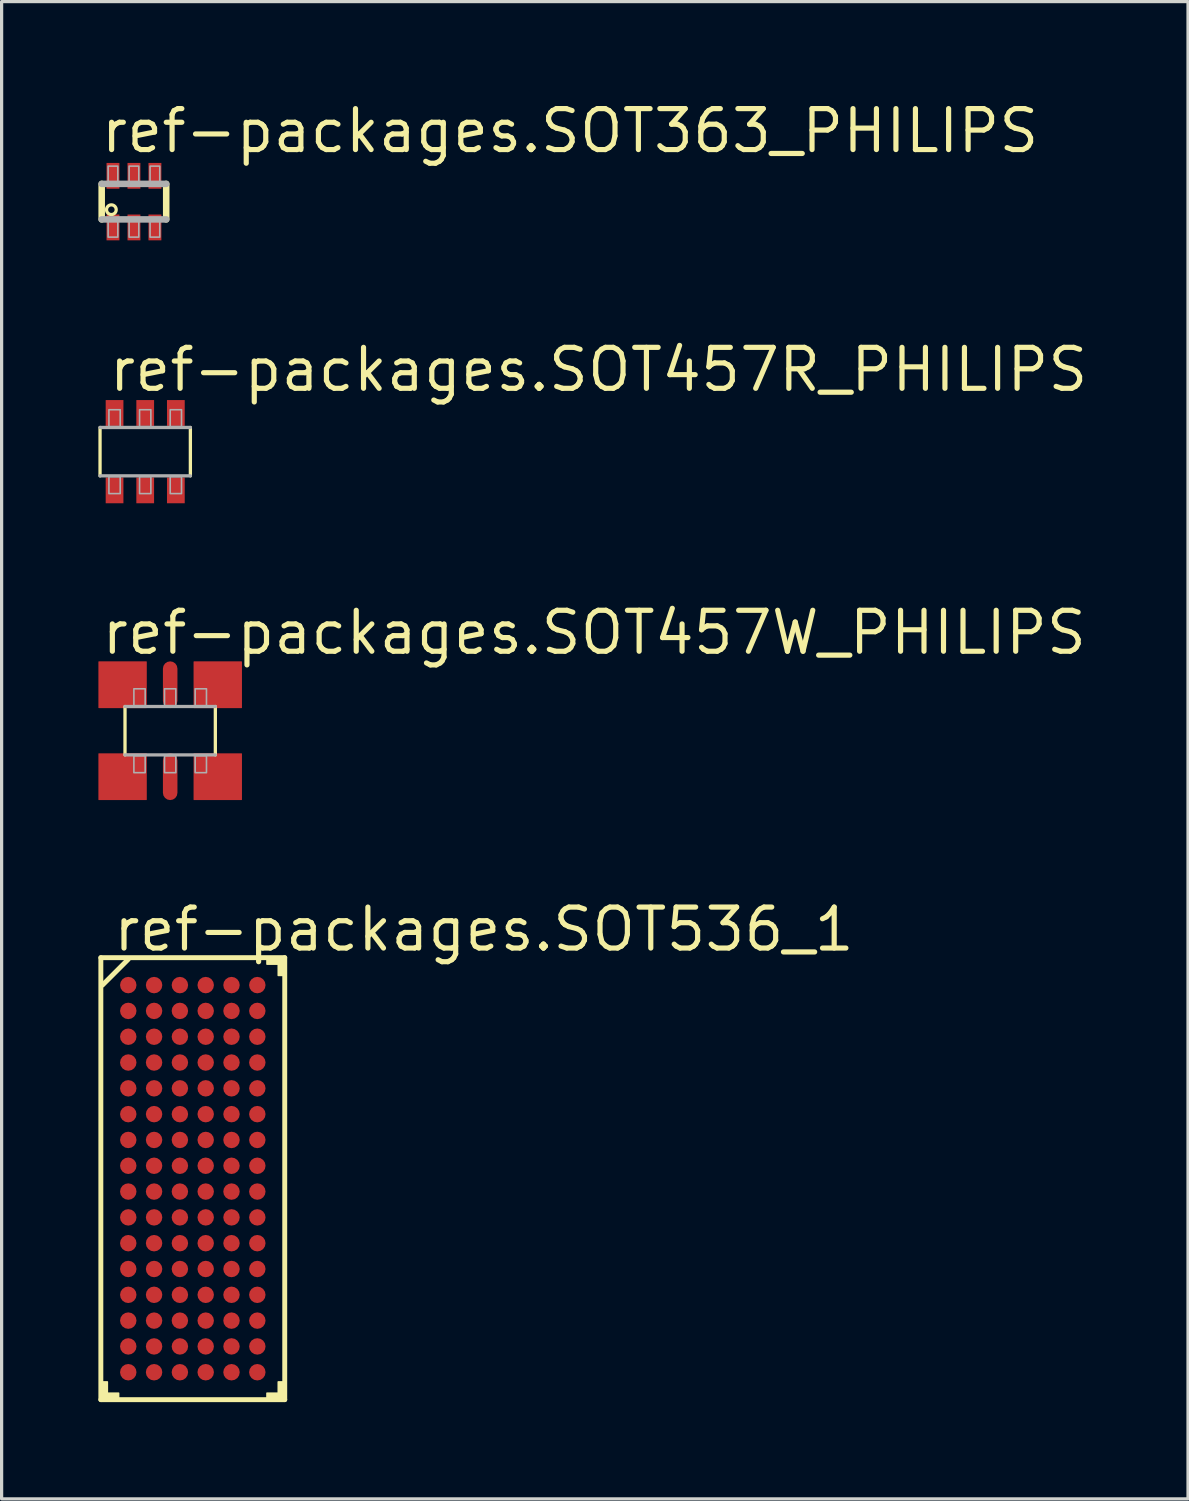
<source format=kicad_pcb>
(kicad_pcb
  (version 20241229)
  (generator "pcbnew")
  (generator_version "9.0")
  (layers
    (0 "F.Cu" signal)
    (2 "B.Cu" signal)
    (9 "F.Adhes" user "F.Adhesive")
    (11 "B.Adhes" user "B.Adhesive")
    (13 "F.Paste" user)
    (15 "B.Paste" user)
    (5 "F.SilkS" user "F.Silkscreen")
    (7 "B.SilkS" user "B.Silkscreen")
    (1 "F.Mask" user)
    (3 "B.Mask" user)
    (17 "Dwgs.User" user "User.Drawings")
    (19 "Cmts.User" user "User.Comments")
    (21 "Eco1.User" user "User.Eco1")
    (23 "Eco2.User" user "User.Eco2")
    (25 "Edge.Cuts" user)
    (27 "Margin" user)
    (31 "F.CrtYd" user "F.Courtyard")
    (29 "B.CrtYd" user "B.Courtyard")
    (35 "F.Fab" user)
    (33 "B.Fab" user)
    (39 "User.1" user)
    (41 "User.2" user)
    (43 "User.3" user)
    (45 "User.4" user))
  (footprint "ref-packages.SOT536_1"
    (layer "F.Cu")
    (at 2.926 33.485)
    (property "Reference" "ref-packages.SOT536_1" (at -2.54 -6.985 0) (layer "F.SilkS") (effects (font (size 1.27 1.27) (thickness 0.16)) (justify left bottom)))
    (attr smd)
    (fp_line (start -2.85 -6.85) (end 2.85 -6.85) (stroke (width 0.152) (type default)) (layer "F.SilkS"))
    (fp_line (start -2.85 6.85) (end -2.85 -6.85) (stroke (width 0.152) (type default)) (layer "F.SilkS"))
    (fp_line (start -2 -6.8) (end -2.8 -6) (stroke (width 0.152) (type default)) (layer "F.SilkS"))
    (fp_line (start 2.85 -6.85) (end 2.85 6.85) (stroke (width 0.152) (type default)) (layer "F.SilkS"))
    (fp_line (start 2.85 6.85) (end -2.85 6.85) (stroke (width 0.152) (type default)) (layer "F.SilkS"))
    (fp_rect (start -2.8 6.8) (end -2.65 6.3) (stroke (width 0.05) (type default)) (fill yes) (layer "F.SilkS"))
    (fp_rect (start -2.8 6.8) (end -2.3 6.65) (stroke (width 0.05) (type default)) (fill yes) (layer "F.SilkS"))
    (fp_rect (start 2.3 -6.65) (end 2.8 -6.8) (stroke (width 0.05) (type default)) (fill yes) (layer "F.SilkS"))
    (fp_rect (start 2.3 6.8) (end 2.8 6.65) (stroke (width 0.05) (type default)) (fill yes) (layer "F.SilkS"))
    (fp_rect (start 2.65 -6.3) (end 2.8 -6.8) (stroke (width 0.05) (type default)) (fill yes) (layer "F.SilkS"))
    (fp_rect (start 2.65 6.8) (end 2.8 6.3) (stroke (width 0.05) (type default)) (fill yes) (layer "F.SilkS"))
    (pad "A1" smd roundrect (at -2 -6) (size 0.51 0.51) (layers "F.Cu" "F.Mask" "F.Paste") (roundrect_rratio 0.5))
    (pad "A2" smd roundrect (at -1.2 -6) (size 0.51 0.51) (layers "F.Cu" "F.Mask" "F.Paste") (roundrect_rratio 0.5))
    (pad "A3" smd roundrect (at -0.4 -6) (size 0.51 0.51) (layers "F.Cu" "F.Mask" "F.Paste") (roundrect_rratio 0.5))
    (pad "A4" smd roundrect (at 0.4 -6) (size 0.51 0.51) (layers "F.Cu" "F.Mask" "F.Paste") (roundrect_rratio 0.5))
    (pad "A5" smd roundrect (at 1.2 -6) (size 0.51 0.51) (layers "F.Cu" "F.Mask" "F.Paste") (roundrect_rratio 0.5))
    (pad "A6" smd roundrect (at 2 -6) (size 0.51 0.51) (layers "F.Cu" "F.Mask" "F.Paste") (roundrect_rratio 0.5))
    (pad "B1" smd roundrect (at -2 -5.2) (size 0.51 0.51) (layers "F.Cu" "F.Mask" "F.Paste") (roundrect_rratio 0.5))
    (pad "B2" smd roundrect (at -1.2 -5.2) (size 0.51 0.51) (layers "F.Cu" "F.Mask" "F.Paste") (roundrect_rratio 0.5))
    (pad "B3" smd roundrect (at -0.4 -5.2) (size 0.51 0.51) (layers "F.Cu" "F.Mask" "F.Paste") (roundrect_rratio 0.5))
    (pad "B4" smd roundrect (at 0.4 -5.2) (size 0.51 0.51) (layers "F.Cu" "F.Mask" "F.Paste") (roundrect_rratio 0.5))
    (pad "B5" smd roundrect (at 1.2 -5.2) (size 0.51 0.51) (layers "F.Cu" "F.Mask" "F.Paste") (roundrect_rratio 0.5))
    (pad "B6" smd roundrect (at 2 -5.2) (size 0.51 0.51) (layers "F.Cu" "F.Mask" "F.Paste") (roundrect_rratio 0.5))
    (pad "C1" smd roundrect (at -2 -4.4) (size 0.51 0.51) (layers "F.Cu" "F.Mask" "F.Paste") (roundrect_rratio 0.5))
    (pad "C2" smd roundrect (at -1.2 -4.4) (size 0.51 0.51) (layers "F.Cu" "F.Mask" "F.Paste") (roundrect_rratio 0.5))
    (pad "C3" smd roundrect (at -0.4 -4.4) (size 0.51 0.51) (layers "F.Cu" "F.Mask" "F.Paste") (roundrect_rratio 0.5))
    (pad "C4" smd roundrect (at 0.4 -4.4) (size 0.51 0.51) (layers "F.Cu" "F.Mask" "F.Paste") (roundrect_rratio 0.5))
    (pad "C5" smd roundrect (at 1.2 -4.4) (size 0.51 0.51) (layers "F.Cu" "F.Mask" "F.Paste") (roundrect_rratio 0.5))
    (pad "C6" smd roundrect (at 2 -4.4) (size 0.51 0.51) (layers "F.Cu" "F.Mask" "F.Paste") (roundrect_rratio 0.5))
    (pad "D1" smd roundrect (at -2 -3.6) (size 0.51 0.51) (layers "F.Cu" "F.Mask" "F.Paste") (roundrect_rratio 0.5))
    (pad "D2" smd roundrect (at -1.2 -3.6) (size 0.51 0.51) (layers "F.Cu" "F.Mask" "F.Paste") (roundrect_rratio 0.5))
    (pad "D3" smd roundrect (at -0.4 -3.6) (size 0.51 0.51) (layers "F.Cu" "F.Mask" "F.Paste") (roundrect_rratio 0.5))
    (pad "D4" smd roundrect (at 0.4 -3.6) (size 0.51 0.51) (layers "F.Cu" "F.Mask" "F.Paste") (roundrect_rratio 0.5))
    (pad "D5" smd roundrect (at 1.2 -3.6) (size 0.51 0.51) (layers "F.Cu" "F.Mask" "F.Paste") (roundrect_rratio 0.5))
    (pad "D6" smd roundrect (at 2 -3.6) (size 0.51 0.51) (layers "F.Cu" "F.Mask" "F.Paste") (roundrect_rratio 0.5))
    (pad "E1" smd roundrect (at -2 -2.8) (size 0.51 0.51) (layers "F.Cu" "F.Mask" "F.Paste") (roundrect_rratio 0.5))
    (pad "E2" smd roundrect (at -1.2 -2.8) (size 0.51 0.51) (layers "F.Cu" "F.Mask" "F.Paste") (roundrect_rratio 0.5))
    (pad "E3" smd roundrect (at -0.4 -2.8) (size 0.51 0.51) (layers "F.Cu" "F.Mask" "F.Paste") (roundrect_rratio 0.5))
    (pad "E4" smd roundrect (at 0.4 -2.8) (size 0.51 0.51) (layers "F.Cu" "F.Mask" "F.Paste") (roundrect_rratio 0.5))
    (pad "E5" smd roundrect (at 1.2 -2.8) (size 0.51 0.51) (layers "F.Cu" "F.Mask" "F.Paste") (roundrect_rratio 0.5))
    (pad "E6" smd roundrect (at 2 -2.8) (size 0.51 0.51) (layers "F.Cu" "F.Mask" "F.Paste") (roundrect_rratio 0.5))
    (pad "F1" smd roundrect (at -2 -2) (size 0.51 0.51) (layers "F.Cu" "F.Mask" "F.Paste") (roundrect_rratio 0.5))
    (pad "F2" smd roundrect (at -1.2 -2) (size 0.51 0.51) (layers "F.Cu" "F.Mask" "F.Paste") (roundrect_rratio 0.5))
    (pad "F3" smd roundrect (at -0.4 -2) (size 0.51 0.51) (layers "F.Cu" "F.Mask" "F.Paste") (roundrect_rratio 0.5))
    (pad "F4" smd roundrect (at 0.4 -2) (size 0.51 0.51) (layers "F.Cu" "F.Mask" "F.Paste") (roundrect_rratio 0.5))
    (pad "F5" smd roundrect (at 1.2 -2) (size 0.51 0.51) (layers "F.Cu" "F.Mask" "F.Paste") (roundrect_rratio 0.5))
    (pad "F6" smd roundrect (at 2 -2) (size 0.51 0.51) (layers "F.Cu" "F.Mask" "F.Paste") (roundrect_rratio 0.5))
    (pad "G1" smd roundrect (at -2 -1.2) (size 0.51 0.51) (layers "F.Cu" "F.Mask" "F.Paste") (roundrect_rratio 0.5))
    (pad "G2" smd roundrect (at -1.2 -1.2) (size 0.51 0.51) (layers "F.Cu" "F.Mask" "F.Paste") (roundrect_rratio 0.5))
    (pad "G3" smd roundrect (at -0.4 -1.2) (size 0.51 0.51) (layers "F.Cu" "F.Mask" "F.Paste") (roundrect_rratio 0.5))
    (pad "G4" smd roundrect (at 0.4 -1.2) (size 0.51 0.51) (layers "F.Cu" "F.Mask" "F.Paste") (roundrect_rratio 0.5))
    (pad "G5" smd roundrect (at 1.2 -1.2) (size 0.51 0.51) (layers "F.Cu" "F.Mask" "F.Paste") (roundrect_rratio 0.5))
    (pad "G6" smd roundrect (at 2 -1.2) (size 0.51 0.51) (layers "F.Cu" "F.Mask" "F.Paste") (roundrect_rratio 0.5))
    (pad "H1" smd roundrect (at -2 -0.4) (size 0.51 0.51) (layers "F.Cu" "F.Mask" "F.Paste") (roundrect_rratio 0.5))
    (pad "H2" smd roundrect (at -1.2 -0.4) (size 0.51 0.51) (layers "F.Cu" "F.Mask" "F.Paste") (roundrect_rratio 0.5))
    (pad "H3" smd roundrect (at -0.4 -0.4) (size 0.51 0.51) (layers "F.Cu" "F.Mask" "F.Paste") (roundrect_rratio 0.5))
    (pad "H4" smd roundrect (at 0.4 -0.4) (size 0.51 0.51) (layers "F.Cu" "F.Mask" "F.Paste") (roundrect_rratio 0.5))
    (pad "H5" smd roundrect (at 1.2 -0.4) (size 0.51 0.51) (layers "F.Cu" "F.Mask" "F.Paste") (roundrect_rratio 0.5))
    (pad "H6" smd roundrect (at 2 -0.4) (size 0.51 0.51) (layers "F.Cu" "F.Mask" "F.Paste") (roundrect_rratio 0.5))
    (pad "J1" smd roundrect (at -2 0.4) (size 0.51 0.51) (layers "F.Cu" "F.Mask" "F.Paste") (roundrect_rratio 0.5))
    (pad "J2" smd roundrect (at -1.2 0.4) (size 0.51 0.51) (layers "F.Cu" "F.Mask" "F.Paste") (roundrect_rratio 0.5))
    (pad "J3" smd roundrect (at -0.4 0.4) (size 0.51 0.51) (layers "F.Cu" "F.Mask" "F.Paste") (roundrect_rratio 0.5))
    (pad "J4" smd roundrect (at 0.4 0.4) (size 0.51 0.51) (layers "F.Cu" "F.Mask" "F.Paste") (roundrect_rratio 0.5))
    (pad "J5" smd roundrect (at 1.2 0.4) (size 0.51 0.51) (layers "F.Cu" "F.Mask" "F.Paste") (roundrect_rratio 0.5))
    (pad "J6" smd roundrect (at 2 0.4) (size 0.51 0.51) (layers "F.Cu" "F.Mask" "F.Paste") (roundrect_rratio 0.5))
    (pad "K1" smd roundrect (at -2 1.2) (size 0.51 0.51) (layers "F.Cu" "F.Mask" "F.Paste") (roundrect_rratio 0.5))
    (pad "K2" smd roundrect (at -1.2 1.2) (size 0.51 0.51) (layers "F.Cu" "F.Mask" "F.Paste") (roundrect_rratio 0.5))
    (pad "K3" smd roundrect (at -0.4 1.2) (size 0.51 0.51) (layers "F.Cu" "F.Mask" "F.Paste") (roundrect_rratio 0.5))
    (pad "K4" smd roundrect (at 0.4 1.2) (size 0.51 0.51) (layers "F.Cu" "F.Mask" "F.Paste") (roundrect_rratio 0.5))
    (pad "K5" smd roundrect (at 1.2 1.2) (size 0.51 0.51) (layers "F.Cu" "F.Mask" "F.Paste") (roundrect_rratio 0.5))
    (pad "K6" smd roundrect (at 2 1.2) (size 0.51 0.51) (layers "F.Cu" "F.Mask" "F.Paste") (roundrect_rratio 0.5))
    (pad "L1" smd roundrect (at -2 2) (size 0.51 0.51) (layers "F.Cu" "F.Mask" "F.Paste") (roundrect_rratio 0.5))
    (pad "L2" smd roundrect (at -1.2 2) (size 0.51 0.51) (layers "F.Cu" "F.Mask" "F.Paste") (roundrect_rratio 0.5))
    (pad "L3" smd roundrect (at -0.4 2) (size 0.51 0.51) (layers "F.Cu" "F.Mask" "F.Paste") (roundrect_rratio 0.5))
    (pad "L4" smd roundrect (at 0.4 2) (size 0.51 0.51) (layers "F.Cu" "F.Mask" "F.Paste") (roundrect_rratio 0.5))
    (pad "L5" smd roundrect (at 1.2 2) (size 0.51 0.51) (layers "F.Cu" "F.Mask" "F.Paste") (roundrect_rratio 0.5))
    (pad "L6" smd roundrect (at 2 2) (size 0.51 0.51) (layers "F.Cu" "F.Mask" "F.Paste") (roundrect_rratio 0.5))
    (pad "M1" smd roundrect (at -2 2.8) (size 0.51 0.51) (layers "F.Cu" "F.Mask" "F.Paste") (roundrect_rratio 0.5))
    (pad "M2" smd roundrect (at -1.2 2.8) (size 0.51 0.51) (layers "F.Cu" "F.Mask" "F.Paste") (roundrect_rratio 0.5))
    (pad "M3" smd roundrect (at -0.4 2.8) (size 0.51 0.51) (layers "F.Cu" "F.Mask" "F.Paste") (roundrect_rratio 0.5))
    (pad "M4" smd roundrect (at 0.4 2.8) (size 0.51 0.51) (layers "F.Cu" "F.Mask" "F.Paste") (roundrect_rratio 0.5))
    (pad "M5" smd roundrect (at 1.2 2.8) (size 0.51 0.51) (layers "F.Cu" "F.Mask" "F.Paste") (roundrect_rratio 0.5))
    (pad "M6" smd roundrect (at 2 2.8) (size 0.51 0.51) (layers "F.Cu" "F.Mask" "F.Paste") (roundrect_rratio 0.5))
    (pad "N1" smd roundrect (at -2 3.6) (size 0.51 0.51) (layers "F.Cu" "F.Mask" "F.Paste") (roundrect_rratio 0.5))
    (pad "N2" smd roundrect (at -1.2 3.6) (size 0.51 0.51) (layers "F.Cu" "F.Mask" "F.Paste") (roundrect_rratio 0.5))
    (pad "N3" smd roundrect (at -0.4 3.6) (size 0.51 0.51) (layers "F.Cu" "F.Mask" "F.Paste") (roundrect_rratio 0.5))
    (pad "N4" smd roundrect (at 0.4 3.6) (size 0.51 0.51) (layers "F.Cu" "F.Mask" "F.Paste") (roundrect_rratio 0.5))
    (pad "N5" smd roundrect (at 1.2 3.6) (size 0.51 0.51) (layers "F.Cu" "F.Mask" "F.Paste") (roundrect_rratio 0.5))
    (pad "N6" smd roundrect (at 2 3.6) (size 0.51 0.51) (layers "F.Cu" "F.Mask" "F.Paste") (roundrect_rratio 0.5))
    (pad "P1" smd roundrect (at -2 4.4) (size 0.51 0.51) (layers "F.Cu" "F.Mask" "F.Paste") (roundrect_rratio 0.5))
    (pad "P2" smd roundrect (at -1.2 4.4) (size 0.51 0.51) (layers "F.Cu" "F.Mask" "F.Paste") (roundrect_rratio 0.5))
    (pad "P3" smd roundrect (at -0.4 4.4) (size 0.51 0.51) (layers "F.Cu" "F.Mask" "F.Paste") (roundrect_rratio 0.5))
    (pad "P4" smd roundrect (at 0.4 4.4) (size 0.51 0.51) (layers "F.Cu" "F.Mask" "F.Paste") (roundrect_rratio 0.5))
    (pad "P5" smd roundrect (at 1.2 4.4) (size 0.51 0.51) (layers "F.Cu" "F.Mask" "F.Paste") (roundrect_rratio 0.5))
    (pad "P6" smd roundrect (at 2 4.4) (size 0.51 0.51) (layers "F.Cu" "F.Mask" "F.Paste") (roundrect_rratio 0.5))
    (pad "R1" smd roundrect (at -2 5.2) (size 0.51 0.51) (layers "F.Cu" "F.Mask" "F.Paste") (roundrect_rratio 0.5))
    (pad "R2" smd roundrect (at -1.2 5.2) (size 0.51 0.51) (layers "F.Cu" "F.Mask" "F.Paste") (roundrect_rratio 0.5))
    (pad "R3" smd roundrect (at -0.4 5.2) (size 0.51 0.51) (layers "F.Cu" "F.Mask" "F.Paste") (roundrect_rratio 0.5))
    (pad "R4" smd roundrect (at 0.4 5.2) (size 0.51 0.51) (layers "F.Cu" "F.Mask" "F.Paste") (roundrect_rratio 0.5))
    (pad "R5" smd roundrect (at 1.2 5.2) (size 0.51 0.51) (layers "F.Cu" "F.Mask" "F.Paste") (roundrect_rratio 0.5))
    (pad "R6" smd roundrect (at 2 5.2) (size 0.51 0.51) (layers "F.Cu" "F.Mask" "F.Paste") (roundrect_rratio 0.5))
    (pad "T1" smd roundrect (at -2 6) (size 0.51 0.51) (layers "F.Cu" "F.Mask" "F.Paste") (roundrect_rratio 0.5))
    (pad "T2" smd roundrect (at -1.2 6) (size 0.51 0.51) (layers "F.Cu" "F.Mask" "F.Paste") (roundrect_rratio 0.5))
    (pad "T3" smd roundrect (at -0.4 6) (size 0.51 0.51) (layers "F.Cu" "F.Mask" "F.Paste") (roundrect_rratio 0.5))
    (pad "T4" smd roundrect (at 0.4 6) (size 0.51 0.51) (layers "F.Cu" "F.Mask" "F.Paste") (roundrect_rratio 0.5))
    (pad "T5" smd roundrect (at 1.2 6) (size 0.51 0.51) (layers "F.Cu" "F.Mask" "F.Paste") (roundrect_rratio 0.5))
    (pad "T6" smd roundrect (at 2 6) (size 0.51 0.51) (layers "F.Cu" "F.Mask" "F.Paste") (roundrect_rratio 0.5)))
  (footprint "ref-packages.SOT457R_PHILIPS"
    (layer "F.Cu")
    (at 1.451 10.95)
    (property "Reference" "ref-packages.SOT457R_PHILIPS" (at -1.2 -1.8 0) (layer "F.SilkS") (effects (font (size 1.27 1.27) (thickness 0.16)) (justify left bottom)))
    (attr smd)
    (fp_line (start -1.4 0.75) (end -1.4 -0.75) (stroke (width 0.102) (type default)) (layer "F.SilkS"))
    (fp_line (start 1.4 -0.75) (end 1.4 0.75) (stroke (width 0.102) (type default)) (layer "F.SilkS"))
    (fp_line (start -1.4 -0.75) (end 1.4 -0.75) (stroke (width 0.102) (type default)) (layer "F.Fab"))
    (fp_line (start 1.4 0.75) (end -1.4 0.75) (stroke (width 0.102) (type default)) (layer "F.Fab"))
    (fp_rect (start -1.125 -0.775) (end -0.775 -1.3) (stroke (width 0.05) (type default)) (fill no) (layer "F.Fab"))
    (fp_rect (start -1.125 1.3) (end -0.775 0.775) (stroke (width 0.05) (type default)) (fill no) (layer "F.Fab"))
    (fp_rect (start -0.175 -0.775) (end 0.175 -1.3) (stroke (width 0.05) (type default)) (fill no) (layer "F.Fab"))
    (fp_rect (start -0.175 1.3) (end 0.175 0.775) (stroke (width 0.05) (type default)) (fill no) (layer "F.Fab"))
    (fp_rect (start 0.775 -0.775) (end 1.125 -1.3) (stroke (width 0.05) (type default)) (fill no) (layer "F.Fab"))
    (fp_rect (start 0.775 1.3) (end 1.125 0.775) (stroke (width 0.05) (type default)) (fill no) (layer "F.Fab"))
    (pad "1" smd roundrect (at -0.95 1.2) (size 0.55 0.8) (layers "F.Cu" "F.Mask" "F.Paste") (roundrect_rratio 0.01))
    (pad "2" smd roundrect (at 0 1.2) (size 0.55 0.8) (layers "F.Cu" "F.Mask" "F.Paste") (roundrect_rratio 0.01))
    (pad "3" smd roundrect (at 0.95 1.2) (size 0.55 0.8) (layers "F.Cu" "F.Mask" "F.Paste") (roundrect_rratio 0.01))
    (pad "4" smd roundrect (at 0.95 -1.2) (size 0.55 0.8) (layers "F.Cu" "F.Mask" "F.Paste") (roundrect_rratio 0.01))
    (pad "5" smd roundrect (at 0 -1.2) (size 0.55 0.8) (layers "F.Cu" "F.Mask" "F.Paste") (roundrect_rratio 0.01))
    (pad "6" smd roundrect (at -0.95 -1.2) (size 0.55 0.8) (layers "F.Cu" "F.Mask" "F.Paste") (roundrect_rratio 0.01)))
  (footprint "ref-packages.SOT363_PHILIPS"
    (layer "F.Cu")
    (at 1.102 3.2)
    (property "Reference" "ref-packages.SOT363_PHILIPS" (at -1.1 -1.45 0) (layer "F.SilkS") (effects (font (size 1.27 1.27) (thickness 0.16)) (justify left bottom)))
    (attr smd)
    (fp_line (start -1 0.55) (end -1 -0.55) (stroke (width 0.203) (type default)) (layer "F.SilkS"))
    (fp_line (start 1 -0.55) (end 1 0.55) (stroke (width 0.203) (type default)) (layer "F.SilkS"))
    (fp_circle (center -0.7 0.25) (end -0.55 0.25) (stroke (width 0.1) (type default)) (fill no) (layer "F.SilkS"))
    (fp_line (start -1 -0.55) (end 1 -0.55) (stroke (width 0.203) (type default)) (layer "F.Fab"))
    (fp_line (start 1 0.55) (end -1 0.55) (stroke (width 0.203) (type default)) (layer "F.Fab"))
    (fp_rect (start -0.8 -0.6) (end -0.5 -1.1) (stroke (width 0.05) (type default)) (fill no) (layer "F.Fab"))
    (fp_rect (start -0.8 1.1) (end -0.5 0.6) (stroke (width 0.05) (type default)) (fill no) (layer "F.Fab"))
    (fp_rect (start -0.15 -0.6) (end 0.15 -1.1) (stroke (width 0.05) (type default)) (fill no) (layer "F.Fab"))
    (fp_rect (start -0.15 1.1) (end 0.15 0.6) (stroke (width 0.05) (type default)) (fill no) (layer "F.Fab"))
    (fp_rect (start 0.5 -0.6) (end 0.8 -1.1) (stroke (width 0.05) (type default)) (fill no) (layer "F.Fab"))
    (fp_rect (start 0.5 1.1) (end 0.8 0.6) (stroke (width 0.05) (type default)) (fill no) (layer "F.Fab"))
    (pad "1" smd roundrect (at -0.65 0.8) (size 0.4 0.8) (layers "F.Cu" "F.Mask" "F.Paste") (roundrect_rratio 0.01))
    (pad "2" smd roundrect (at 0 0.8) (size 0.4 0.8) (layers "F.Cu" "F.Mask" "F.Paste") (roundrect_rratio 0.01))
    (pad "3" smd roundrect (at 0.65 0.8) (size 0.4 0.8) (layers "F.Cu" "F.Mask" "F.Paste") (roundrect_rratio 0.01))
    (pad "4" smd roundrect (at 0.65 -0.8) (size 0.4 0.8) (layers "F.Cu" "F.Mask" "F.Paste") (roundrect_rratio 0.01))
    (pad "5" smd roundrect (at 0 -0.8) (size 0.4 0.8) (layers "F.Cu" "F.Mask" "F.Paste") (roundrect_rratio 0.01))
    (pad "6" smd roundrect (at -0.65 -0.8) (size 0.4 0.8) (layers "F.Cu" "F.Mask" "F.Paste") (roundrect_rratio 0.01)))
  (footprint "ref-packages.SOT457W_PHILIPS"
    (layer "F.Cu")
    (at 2.225 19.6)
    (property "Reference" "ref-packages.SOT457W_PHILIPS" (at -2.2 -2.3 0) (layer "F.SilkS") (effects (font (size 1.27 1.27) (thickness 0.16)) (justify left bottom)))
    (attr smd)
    (fp_line (start -1.4 0.75) (end -1.4 -0.75) (stroke (width 0.102) (type default)) (layer "F.SilkS"))
    (fp_line (start 1.4 -0.75) (end 1.4 0.75) (stroke (width 0.102) (type default)) (layer "F.SilkS"))
    (fp_line (start -1.4 -0.75) (end 1.4 -0.75) (stroke (width 0.102) (type default)) (layer "F.Fab"))
    (fp_line (start 1.4 0.75) (end -1.4 0.75) (stroke (width 0.102) (type default)) (layer "F.Fab"))
    (fp_rect (start -1.125 -0.775) (end -0.775 -1.3) (stroke (width 0.05) (type default)) (fill no) (layer "F.Fab"))
    (fp_rect (start -1.125 1.3) (end -0.775 0.775) (stroke (width 0.05) (type default)) (fill no) (layer "F.Fab"))
    (fp_rect (start -0.175 -0.775) (end 0.175 -1.3) (stroke (width 0.05) (type default)) (fill no) (layer "F.Fab"))
    (fp_rect (start -0.175 1.3) (end 0.175 0.775) (stroke (width 0.05) (type default)) (fill no) (layer "F.Fab"))
    (fp_rect (start 0.775 -0.775) (end 1.125 -1.3) (stroke (width 0.05) (type default)) (fill no) (layer "F.Fab"))
    (fp_rect (start 0.775 1.3) (end 1.125 0.775) (stroke (width 0.05) (type default)) (fill no) (layer "F.Fab"))
    (pad "1" smd roundrect (at -1.475 1.425) (size 1.5 1.45) (layers "F.Cu" "F.Mask" "F.Paste") (roundrect_rratio 0.01))
    (pad "2" smd roundrect (at 0 1.425) (size 0.45 1.45) (layers "F.Cu" "F.Mask" "F.Paste") (roundrect_rratio 0.5))
    (pad "3" smd roundrect (at 1.475 1.425) (size 1.5 1.45) (layers "F.Cu" "F.Mask" "F.Paste") (roundrect_rratio 0.01))
    (pad "4" smd roundrect (at 1.475 -1.425) (size 1.5 1.45) (layers "F.Cu" "F.Mask" "F.Paste") (roundrect_rratio 0.01))
    (pad "5" smd roundrect (at 0 -1.425) (size 0.45 1.45) (layers "F.Cu" "F.Mask" "F.Paste") (roundrect_rratio 0.5))
    (pad "6" smd roundrect (at -1.475 -1.425) (size 1.5 1.45) (layers "F.Cu" "F.Mask" "F.Paste") (roundrect_rratio 0.01)))
  (gr_rect
    (start -3 -3)
    (end 33.775 43.411)
    (stroke (width 0.1) (type default))
    (fill no)
    (layer "Edge.Cuts")))
</source>
